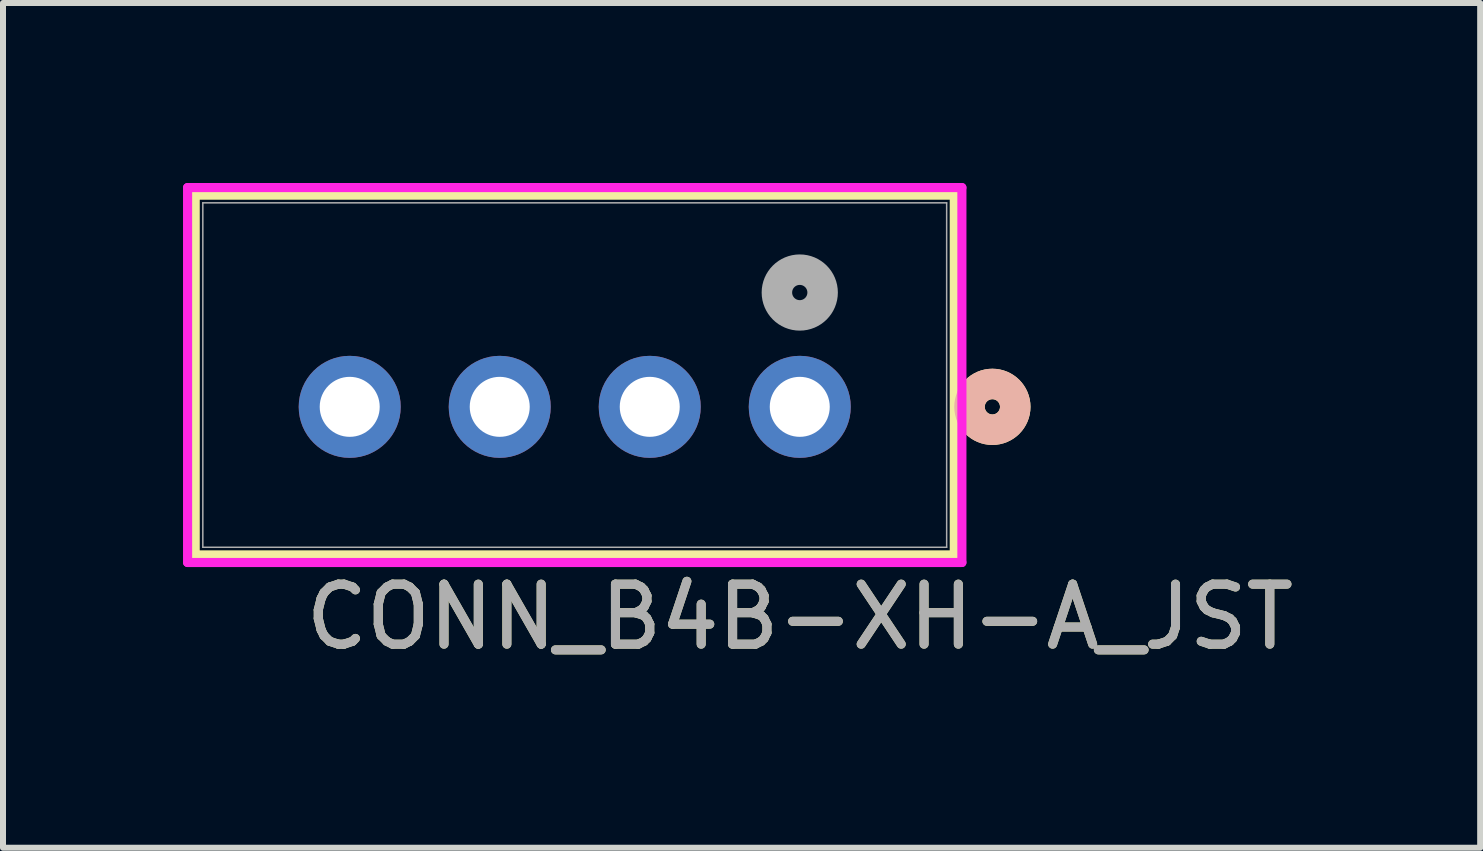
<source format=kicad_pcb>
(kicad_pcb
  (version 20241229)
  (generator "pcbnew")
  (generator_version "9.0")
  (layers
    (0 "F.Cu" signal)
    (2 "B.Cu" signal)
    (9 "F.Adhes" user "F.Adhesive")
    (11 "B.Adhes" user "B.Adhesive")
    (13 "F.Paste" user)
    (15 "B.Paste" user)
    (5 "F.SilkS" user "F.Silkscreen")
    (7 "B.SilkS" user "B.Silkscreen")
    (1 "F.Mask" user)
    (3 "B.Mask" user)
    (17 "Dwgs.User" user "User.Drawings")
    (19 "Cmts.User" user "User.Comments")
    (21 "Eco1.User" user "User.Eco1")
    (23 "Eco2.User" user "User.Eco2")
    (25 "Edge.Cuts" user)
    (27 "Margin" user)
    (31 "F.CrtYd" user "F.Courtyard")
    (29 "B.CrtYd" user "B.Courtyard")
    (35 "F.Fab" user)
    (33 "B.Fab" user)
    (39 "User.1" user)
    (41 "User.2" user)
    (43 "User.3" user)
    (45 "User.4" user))
  (footprint "CONN_B4B-XH-A_JST"
    (layer "F.Cu")
    (at 10.278 3.73)
    (property "Reference" "CONN_B4B-XH-A_JST" (at 0 3.5 0) (unlocked yes) (layer "F.SilkS") (effects (font (size 1 1) (thickness 0.15))))
    (attr through_hole)
    (fp_line (start -10.075 -3.527) (end -10.075 2.467) (stroke (width 0.152) (type solid)) (layer "F.SilkS"))
    (fp_line (start -10.075 2.467) (end 2.575 2.467) (stroke (width 0.152) (type solid)) (layer "F.SilkS"))
    (fp_line (start 2.575 -3.527) (end -10.075 -3.527) (stroke (width 0.152) (type solid)) (layer "F.SilkS"))
    (fp_line (start 2.575 2.467) (end 2.575 -3.527) (stroke (width 0.152) (type solid)) (layer "F.SilkS"))
    (fp_circle (center 3.21 0) (end 3.591 0) (stroke (width 0.508) (type solid)) (fill no) (layer "F.SilkS"))
    (fp_circle (center 3.21 0) (end 3.591 0) (stroke (width 0.508) (type solid)) (fill no) (layer "B.SilkS"))
    (fp_line (start -10.202 -3.654) (end -10.202 2.594) (stroke (width 0.152) (type solid)) (layer "F.CrtYd"))
    (fp_line (start -10.202 2.594) (end 2.702 2.594) (stroke (width 0.152) (type solid)) (layer "F.CrtYd"))
    (fp_line (start 2.702 -3.654) (end -10.202 -3.654) (stroke (width 0.152) (type solid)) (layer "F.CrtYd"))
    (fp_line (start 2.702 2.594) (end 2.702 -3.654) (stroke (width 0.152) (type solid)) (layer "F.CrtYd"))
    (fp_line (start -9.948 -3.4) (end -9.948 2.34) (stroke (width 0.025) (type solid)) (layer "F.Fab"))
    (fp_line (start -9.948 2.34) (end 2.448 2.34) (stroke (width 0.025) (type solid)) (layer "F.Fab"))
    (fp_line (start 2.448 -3.4) (end -9.948 -3.4) (stroke (width 0.025) (type solid)) (layer "F.Fab"))
    (fp_line (start 2.448 2.34) (end 2.448 -3.4) (stroke (width 0.025) (type solid)) (layer "F.Fab"))
    (fp_circle (center 0 -1.905) (end 0.381 -1.905) (stroke (width 0.508) (type solid)) (fill no) (layer "F.Fab"))
    (fp_text user "${REFERENCE}" (at 0 3.5 0) (unlocked yes) (layer "F.Fab") (effects (font (size 1 1) (thickness 0.15))))
    (pad "1" thru_hole circle (at 0 0) (size 1.7 1.7) (drill 1) (layers "*.Cu" "*.Mask"))
    (pad "2" thru_hole circle (at -2.5 0) (size 1.7 1.7) (drill 1) (layers "*.Cu" "*.Mask"))
    (pad "3" thru_hole circle (at -5 0) (size 1.7 1.7) (drill 1) (layers "*.Cu" "*.Mask"))
    (pad "4" thru_hole circle (at -7.5 0) (size 1.7 1.7) (drill 1) (layers "*.Cu" "*.Mask")))
  (gr_rect
    (start -3 -3)
    (end 21.617 11.078)
    (stroke (width 0.1) (type default))
    (fill no)
    (layer "Edge.Cuts")))
</source>
